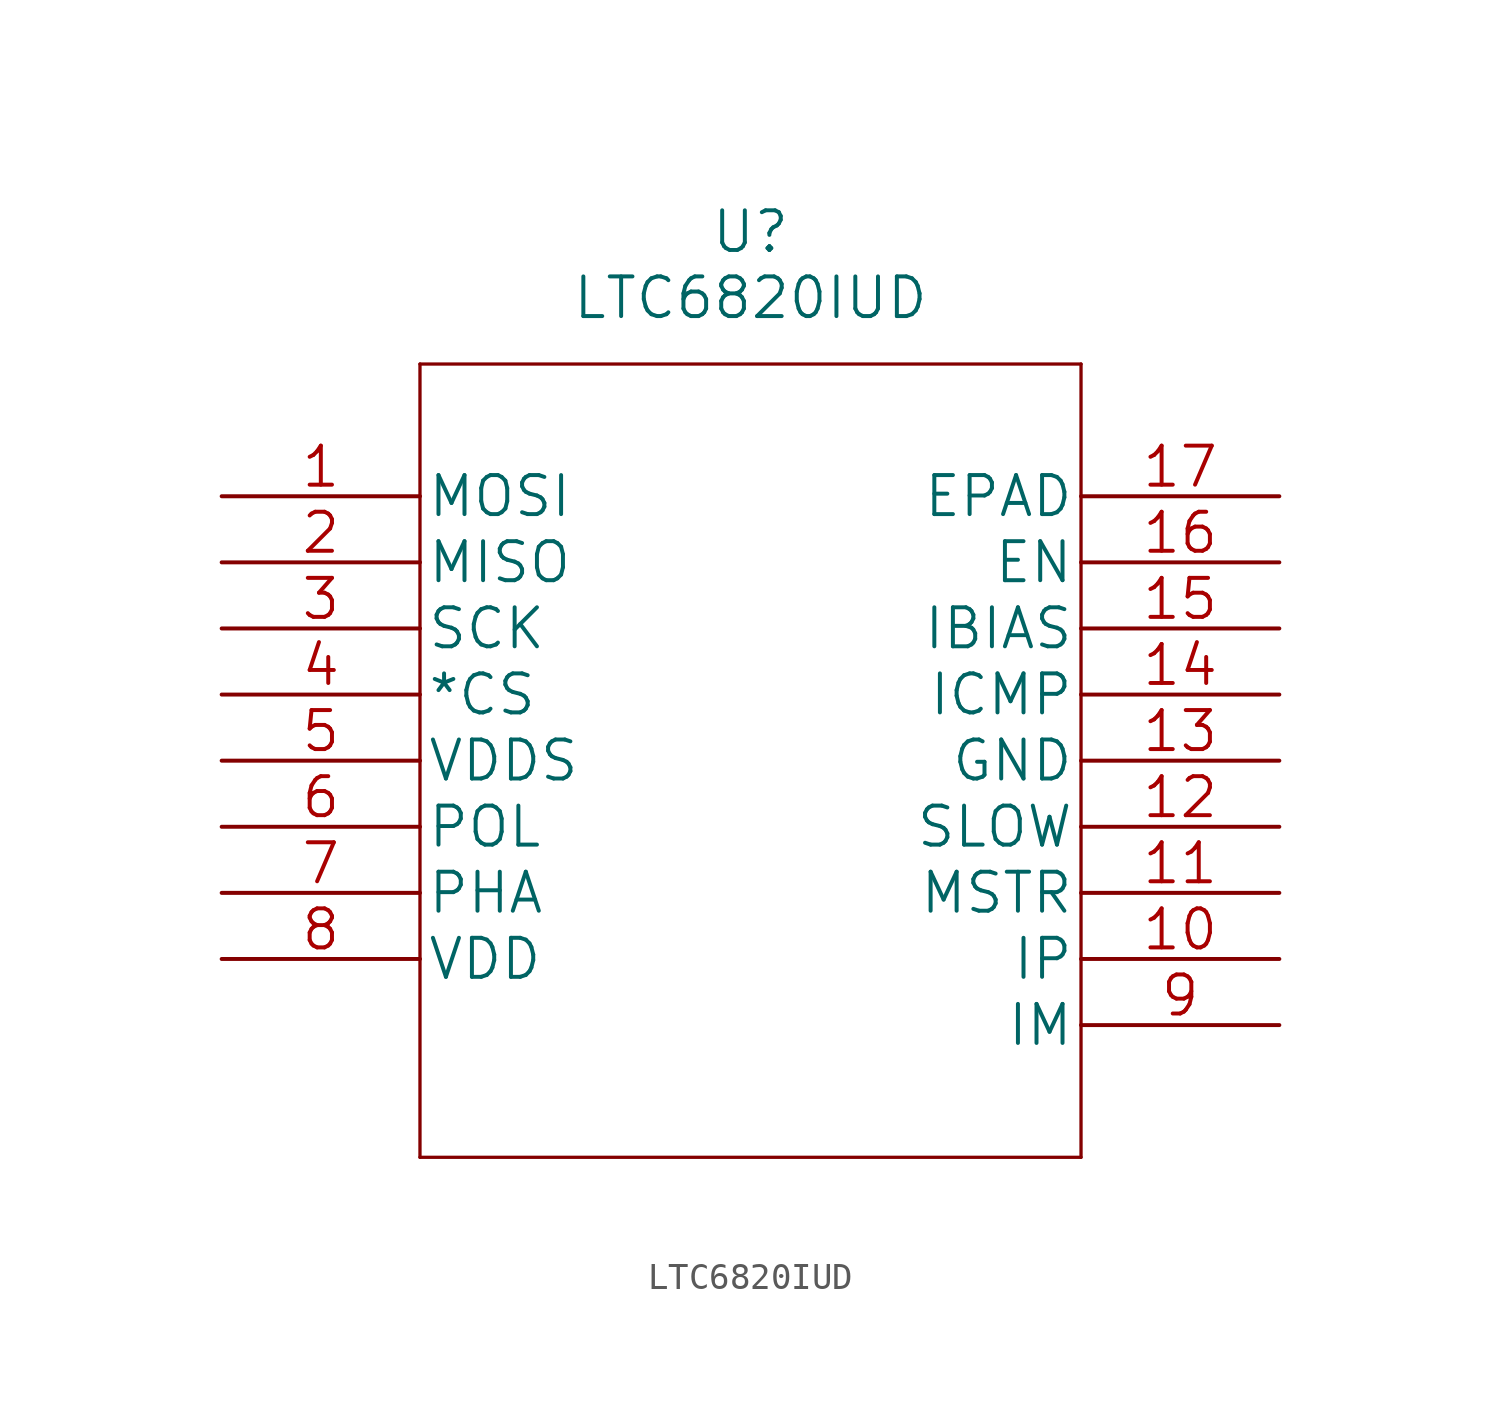
<source format=kicad_sym>
(kicad_symbol_lib
  (version 20211014)
  (generator kicad_symbol_editor)
  (symbol "LTC6820IUD"
    (pin_names
      (offset 0.254))
    (property "Reference" "U"
      (at 20.32 10.16 0)
      (effects (font (size 1.524 1.524))))
    (property "Value" "LTC6820IUD"
      (at 20.32 7.62 0)
      (effects (font (size 1.524 1.524))))
    (property "Datasheet" ""
      (at 0 0 0)
      (effects (font (size 1.524 1.524))))
    (property "ki_locked" ""
      (at 0 0 0)
      (effects (font (size 1.27 1.27))))
    (symbol "LTC6820IUD_1_1"
      (polyline (pts (xy 7.62 -25.4) (xy 33.02 -25.4)) (stroke (width 0.127) (type default) (color 0 0 0 0)) (fill (type none)))
      (polyline (pts (xy 7.62 5.08) (xy 7.62 -25.4)) (stroke (width 0.127) (type default) (color 0 0 0 0)) (fill (type none)))
      (polyline (pts (xy 33.02 -25.4) (xy 33.02 5.08)) (stroke (width 0.127) (type default) (color 0 0 0 0)) (fill (type none)))
      (polyline (pts (xy 33.02 5.08) (xy 7.62 5.08)) (stroke (width 0.127) (type default) (color 0 0 0 0)) (fill (type none)))
      (pin input line (at 0 0 0) (length 7.62) (name "MOSI" (effects (font (size 1.499 1.499)))) (number "1" (effects (font (size 1.499 1.499)))))
      (pin bidirectional line (at 40.64 -17.78 180) (length 7.62) (name "IP" (effects (font (size 1.499 1.499)))) (number "10" (effects (font (size 1.499 1.499)))))
      (pin input line (at 40.64 -15.24 180) (length 7.62) (name "MSTR" (effects (font (size 1.499 1.499)))) (number "11" (effects (font (size 1.499 1.499)))))
      (pin input line (at 40.64 -12.7 180) (length 7.62) (name "SLOW" (effects (font (size 1.499 1.499)))) (number "12" (effects (font (size 1.499 1.499)))))
      (pin power_in line (at 40.64 -10.16 180) (length 7.62) (name "GND" (effects (font (size 1.499 1.499)))) (number "13" (effects (font (size 1.499 1.499)))))
      (pin input line (at 40.64 -7.62 180) (length 7.62) (name "ICMP" (effects (font (size 1.499 1.499)))) (number "14" (effects (font (size 1.499 1.499)))))
      (pin input line (at 40.64 -5.08 180) (length 7.62) (name "IBIAS" (effects (font (size 1.499 1.499)))) (number "15" (effects (font (size 1.499 1.499)))))
      (pin input line (at 40.64 -2.54 180) (length 7.62) (name "EN" (effects (font (size 1.499 1.499)))) (number "16" (effects (font (size 1.499 1.499)))))
      (pin free line (at 40.64 0 180) (length 7.62) (name "EPAD" (effects (font (size 1.499 1.499)))) (number "17" (effects (font (size 1.499 1.499)))))
      (pin output line (at 0 -2.54 0) (length 7.62) (name "MISO" (effects (font (size 1.499 1.499)))) (number "2" (effects (font (size 1.499 1.499)))))
      (pin input line (at 0 -5.08 0) (length 7.62) (name "SCK" (effects (font (size 1.499 1.499)))) (number "3" (effects (font (size 1.499 1.499)))))
      (pin input line (at 0 -7.62 0) (length 7.62) (name "*CS" (effects (font (size 1.499 1.499)))) (number "4" (effects (font (size 1.499 1.499)))))
      (pin power_in line (at 0 -10.16 0) (length 7.62) (name "VDDS" (effects (font (size 1.499 1.499)))) (number "5" (effects (font (size 1.499 1.499)))))
      (pin input line (at 0 -12.7 0) (length 7.62) (name "POL" (effects (font (size 1.499 1.499)))) (number "6" (effects (font (size 1.499 1.499)))))
      (pin input line (at 0 -15.24 0) (length 7.62) (name "PHA" (effects (font (size 1.499 1.499)))) (number "7" (effects (font (size 1.499 1.499)))))
      (pin power_in line (at 0 -17.78 0) (length 7.62) (name "VDD" (effects (font (size 1.499 1.499)))) (number "8" (effects (font (size 1.499 1.499)))))
      (pin bidirectional line (at 40.64 -20.32 180) (length 7.62) (name "IM" (effects (font (size 1.499 1.499)))) (number "9" (effects (font (size 1.499 1.499))))))))
</source>
